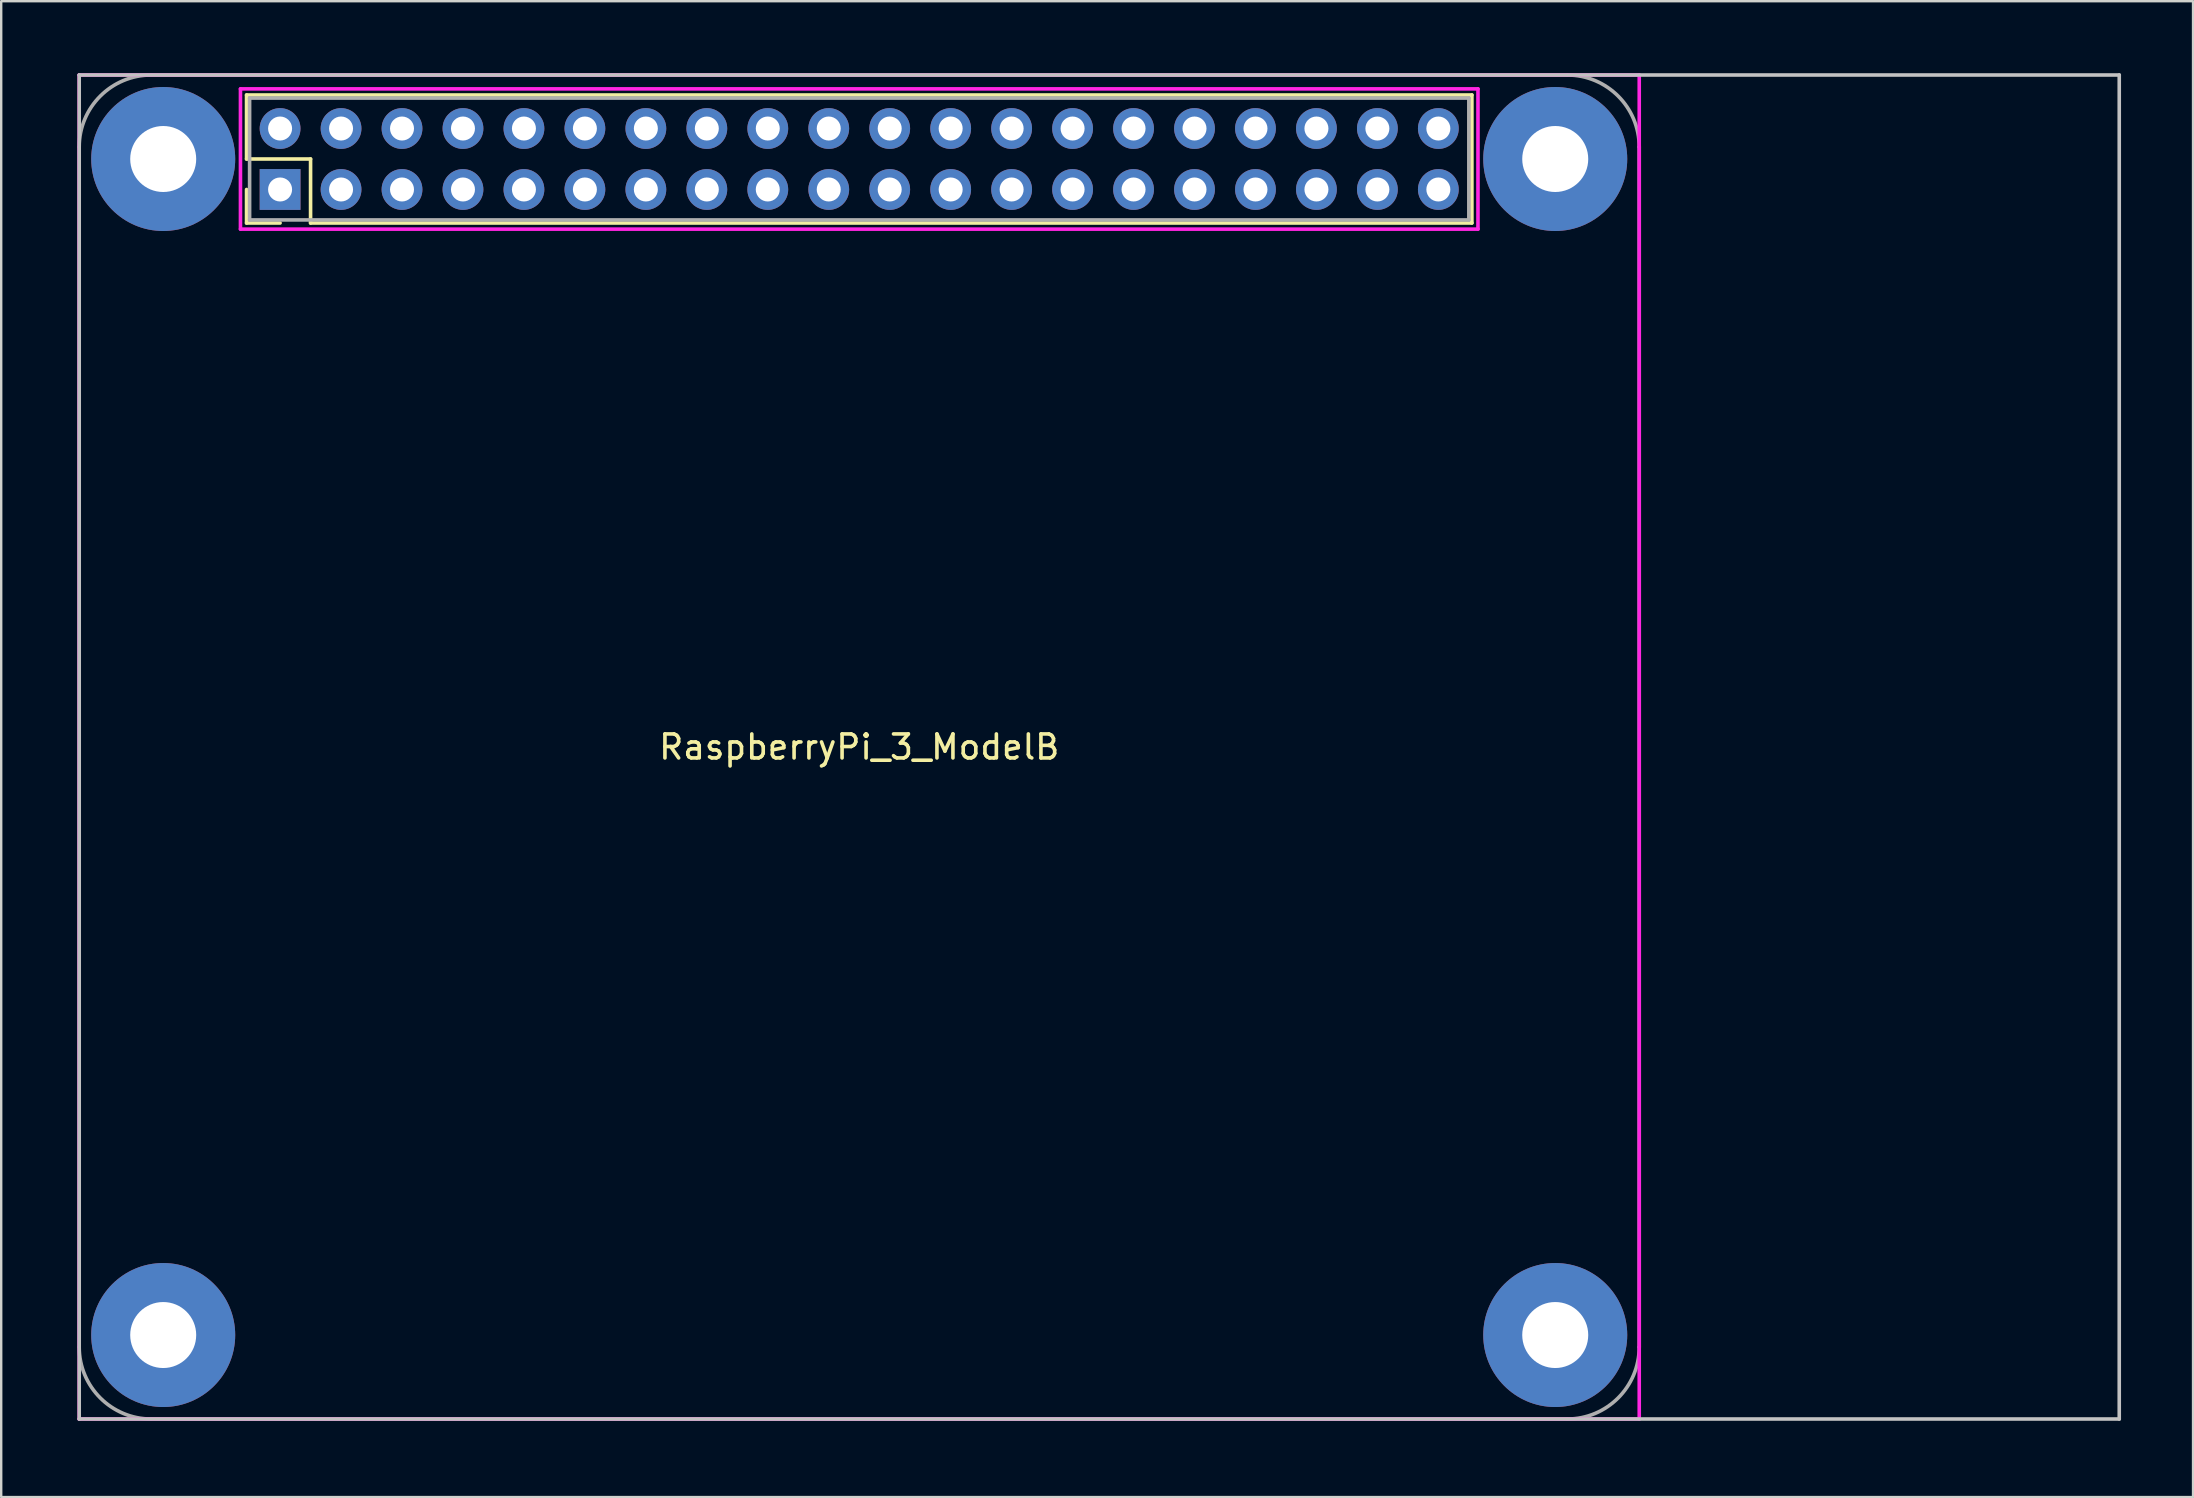
<source format=kicad_pcb>
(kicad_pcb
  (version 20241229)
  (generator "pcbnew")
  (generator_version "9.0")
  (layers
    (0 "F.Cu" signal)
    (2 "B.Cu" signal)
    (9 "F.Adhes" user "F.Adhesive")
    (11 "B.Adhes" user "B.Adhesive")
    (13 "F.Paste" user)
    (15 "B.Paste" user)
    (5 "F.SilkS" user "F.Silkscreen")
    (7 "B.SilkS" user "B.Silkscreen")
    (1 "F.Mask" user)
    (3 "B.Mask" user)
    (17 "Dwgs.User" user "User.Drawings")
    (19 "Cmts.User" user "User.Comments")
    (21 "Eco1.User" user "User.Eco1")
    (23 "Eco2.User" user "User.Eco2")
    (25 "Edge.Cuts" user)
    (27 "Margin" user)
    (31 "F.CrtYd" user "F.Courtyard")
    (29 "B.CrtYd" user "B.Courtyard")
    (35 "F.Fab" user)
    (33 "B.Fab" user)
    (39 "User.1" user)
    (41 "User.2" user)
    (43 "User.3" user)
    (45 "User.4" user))
  (footprint "RaspberryPi_3_ModelB"
    (layer "F.Cu")
    (at 0.25 56.075)
    (property "Reference" "RaspberryPi_3_ModelB" (at 32.5 -28 0) (layer "F.SilkS") (effects (font (size 1 1) (thickness 0.15))))
    (attr through_hole)
    (fp_line (start 6.973 -55.167) (end 58.027 -55.167) (stroke (width 0.15) (type solid)) (layer "F.SilkS"))
    (fp_line (start 6.973 -52.5) (end 6.973 -55.167) (stroke (width 0.15) (type solid)) (layer "F.SilkS"))
    (fp_line (start 6.973 -51.23) (end 6.973 -49.833) (stroke (width 0.15) (type solid)) (layer "F.SilkS"))
    (fp_line (start 6.973 -49.833) (end 8.37 -49.833) (stroke (width 0.15) (type solid)) (layer "F.SilkS"))
    (fp_line (start 9.64 -52.5) (end 6.973 -52.5) (stroke (width 0.15) (type solid)) (layer "F.SilkS"))
    (fp_line (start 9.64 -49.833) (end 9.64 -52.5) (stroke (width 0.15) (type solid)) (layer "F.SilkS"))
    (fp_line (start 58.027 -55.167) (end 58.027 -49.833) (stroke (width 0.15) (type solid)) (layer "F.SilkS"))
    (fp_line (start 58.027 -49.833) (end 9.64 -49.833) (stroke (width 0.15) (type solid)) (layer "F.SilkS"))
    (fp_line (start 0 -56) (end 85 -56) (stroke (width 0.15) (type solid)) (layer "Dwgs.User"))
    (fp_line (start 0 0) (end 0 -56) (stroke (width 0.15) (type solid)) (layer "Dwgs.User"))
    (fp_line (start 85 -56) (end 85 0) (stroke (width 0.15) (type solid)) (layer "Dwgs.User"))
    (fp_line (start 85 0) (end 0 0) (stroke (width 0.15) (type solid)) (layer "Dwgs.User"))
    (fp_line (start 0 -56) (end 65 -56) (stroke (width 0.15) (type solid)) (layer "F.CrtYd"))
    (fp_line (start 0 0) (end 0 -56) (stroke (width 0.15) (type solid)) (layer "F.CrtYd"))
    (fp_line (start 6.719 -55.421) (end 58.281 -55.421) (stroke (width 0.15) (type solid)) (layer "F.CrtYd"))
    (fp_line (start 6.719 -49.579) (end 6.719 -55.421) (stroke (width 0.15) (type solid)) (layer "F.CrtYd"))
    (fp_line (start 58.281 -55.421) (end 58.281 -49.579) (stroke (width 0.15) (type solid)) (layer "F.CrtYd"))
    (fp_line (start 58.281 -49.579) (end 6.719 -49.579) (stroke (width 0.15) (type solid)) (layer "F.CrtYd"))
    (fp_line (start 65 -56) (end 65 0) (stroke (width 0.15) (type solid)) (layer "F.CrtYd"))
    (fp_line (start 65 0) (end 0 0) (stroke (width 0.15) (type solid)) (layer "F.CrtYd"))
    (fp_line (start 0 -3) (end 0 -53) (stroke (width 0.15) (type solid)) (layer "F.Fab"))
    (fp_line (start 3 -56) (end 62 -56) (stroke (width 0.15) (type solid)) (layer "F.Fab"))
    (fp_line (start 7.1 -55.04) (end 57.9 -55.04) (stroke (width 0.15) (type solid)) (layer "F.Fab"))
    (fp_line (start 7.1 -49.96) (end 7.1 -55.04) (stroke (width 0.15) (type solid)) (layer "F.Fab"))
    (fp_line (start 57.9 -55.04) (end 57.9 -49.96) (stroke (width 0.15) (type solid)) (layer "F.Fab"))
    (fp_line (start 57.9 -49.96) (end 7.1 -49.96) (stroke (width 0.15) (type solid)) (layer "F.Fab"))
    (fp_line (start 62 0) (end 3 0) (stroke (width 0.15) (type solid)) (layer "F.Fab"))
    (fp_line (start 65 -53) (end 65 -3) (stroke (width 0.15) (type solid)) (layer "F.Fab"))
    (fp_arc (start 0 -53) (mid 0.87868 -55.12132) (end 3 -56) (stroke (width 0.15) (type solid)) (layer "F.Fab"))
    (fp_arc (start 3 0) (mid 0.87868 -0.87868) (end 0 -3) (stroke (width 0.15) (type solid)) (layer "F.Fab"))
    (fp_arc (start 62 -56) (mid 64.12132 -55.12132) (end 65 -53) (stroke (width 0.15) (type solid)) (layer "F.Fab"))
    (fp_arc (start 65 -3) (mid 64.12132 -0.87868) (end 62 0) (stroke (width 0.15) (type solid)) (layer "F.Fab"))
    (pad "" thru_hole circle (at 3.5 -52.5) (size 6 6) (drill 2.75) (layers "*.Cu" "*.Mask"))
    (pad "" thru_hole circle (at 3.5 -3.5) (size 6 6) (drill 2.75) (layers "*.Cu" "*.Mask"))
    (pad "" thru_hole circle (at 61.5 -52.5) (size 6 6) (drill 2.75) (layers "*.Cu" "*.Mask"))
    (pad "" thru_hole circle (at 61.5 -3.5) (size 6 6) (drill 2.75) (layers "*.Cu" "*.Mask"))
    (pad "1" thru_hole rect (at 8.37 -51.23) (size 1.7 1.7) (drill 1) (layers "*.Cu" "*.Mask"))
    (pad "2" thru_hole circle (at 8.37 -53.77) (size 1.7 1.7) (drill 1) (layers "*.Cu" "*.Mask"))
    (pad "3" thru_hole circle (at 10.91 -51.23) (size 1.7 1.7) (drill 1) (layers "*.Cu" "*.Mask"))
    (pad "4" thru_hole circle (at 10.91 -53.77) (size 1.7 1.7) (drill 1) (layers "*.Cu" "*.Mask"))
    (pad "5" thru_hole circle (at 13.45 -51.23) (size 1.7 1.7) (drill 1) (layers "*.Cu" "*.Mask"))
    (pad "6" thru_hole circle (at 13.45 -53.77) (size 1.7 1.7) (drill 1) (layers "*.Cu" "*.Mask"))
    (pad "7" thru_hole circle (at 15.99 -51.23) (size 1.7 1.7) (drill 1) (layers "*.Cu" "*.Mask"))
    (pad "8" thru_hole circle (at 15.99 -53.77) (size 1.7 1.7) (drill 1) (layers "*.Cu" "*.Mask"))
    (pad "9" thru_hole circle (at 18.53 -51.23) (size 1.7 1.7) (drill 1) (layers "*.Cu" "*.Mask"))
    (pad "10" thru_hole circle (at 18.53 -53.77) (size 1.7 1.7) (drill 1) (layers "*.Cu" "*.Mask"))
    (pad "11" thru_hole circle (at 21.07 -51.23) (size 1.7 1.7) (drill 1) (layers "*.Cu" "*.Mask"))
    (pad "12" thru_hole circle (at 21.07 -53.77) (size 1.7 1.7) (drill 1) (layers "*.Cu" "*.Mask"))
    (pad "13" thru_hole circle (at 23.61 -51.23) (size 1.7 1.7) (drill 1) (layers "*.Cu" "*.Mask"))
    (pad "14" thru_hole circle (at 23.61 -53.77) (size 1.7 1.7) (drill 1) (layers "*.Cu" "*.Mask"))
    (pad "15" thru_hole circle (at 26.15 -51.23) (size 1.7 1.7) (drill 1) (layers "*.Cu" "*.Mask"))
    (pad "16" thru_hole circle (at 26.15 -53.77) (size 1.7 1.7) (drill 1) (layers "*.Cu" "*.Mask"))
    (pad "17" thru_hole circle (at 28.69 -51.23) (size 1.7 1.7) (drill 1) (layers "*.Cu" "*.Mask"))
    (pad "18" thru_hole circle (at 28.69 -53.77) (size 1.7 1.7) (drill 1) (layers "*.Cu" "*.Mask"))
    (pad "19" thru_hole circle (at 31.23 -51.23) (size 1.7 1.7) (drill 1) (layers "*.Cu" "*.Mask"))
    (pad "20" thru_hole circle (at 31.23 -53.77) (size 1.7 1.7) (drill 1) (layers "*.Cu" "*.Mask"))
    (pad "21" thru_hole circle (at 33.77 -51.23) (size 1.7 1.7) (drill 1) (layers "*.Cu" "*.Mask"))
    (pad "22" thru_hole circle (at 33.77 -53.77) (size 1.7 1.7) (drill 1) (layers "*.Cu" "*.Mask"))
    (pad "23" thru_hole circle (at 36.31 -51.23) (size 1.7 1.7) (drill 1) (layers "*.Cu" "*.Mask"))
    (pad "24" thru_hole circle (at 36.31 -53.77) (size 1.7 1.7) (drill 1) (layers "*.Cu" "*.Mask"))
    (pad "25" thru_hole circle (at 38.85 -51.23) (size 1.7 1.7) (drill 1) (layers "*.Cu" "*.Mask"))
    (pad "26" thru_hole circle (at 38.85 -53.77) (size 1.7 1.7) (drill 1) (layers "*.Cu" "*.Mask"))
    (pad "27" thru_hole circle (at 41.39 -51.23) (size 1.7 1.7) (drill 1) (layers "*.Cu" "*.Mask"))
    (pad "28" thru_hole circle (at 41.39 -53.77) (size 1.7 1.7) (drill 1) (layers "*.Cu" "*.Mask"))
    (pad "29" thru_hole circle (at 43.93 -51.23) (size 1.7 1.7) (drill 1) (layers "*.Cu" "*.Mask"))
    (pad "30" thru_hole circle (at 43.93 -53.77) (size 1.7 1.7) (drill 1) (layers "*.Cu" "*.Mask"))
    (pad "31" thru_hole circle (at 46.47 -51.23) (size 1.7 1.7) (drill 1) (layers "*.Cu" "*.Mask"))
    (pad "32" thru_hole circle (at 46.47 -53.77) (size 1.7 1.7) (drill 1) (layers "*.Cu" "*.Mask"))
    (pad "33" thru_hole circle (at 49.01 -51.23) (size 1.7 1.7) (drill 1) (layers "*.Cu" "*.Mask"))
    (pad "34" thru_hole circle (at 49.01 -53.77) (size 1.7 1.7) (drill 1) (layers "*.Cu" "*.Mask"))
    (pad "35" thru_hole circle (at 51.55 -51.23) (size 1.7 1.7) (drill 1) (layers "*.Cu" "*.Mask"))
    (pad "36" thru_hole circle (at 51.55 -53.77) (size 1.7 1.7) (drill 1) (layers "*.Cu" "*.Mask"))
    (pad "37" thru_hole circle (at 54.09 -51.23) (size 1.7 1.7) (drill 1) (layers "*.Cu" "*.Mask"))
    (pad "38" thru_hole circle (at 54.09 -53.77) (size 1.7 1.7) (drill 1) (layers "*.Cu" "*.Mask"))
    (pad "39" thru_hole circle (at 56.63 -51.23) (size 1.7 1.7) (drill 1) (layers "*.Cu" "*.Mask"))
    (pad "40" thru_hole circle (at 56.63 -53.77) (size 1.7 1.7) (drill 1) (layers "*.Cu" "*.Mask")))
  (gr_rect
    (start -3 -3)
    (end 88.325 59.325)
    (stroke (width 0.1) (type default))
    (fill no)
    (layer "Edge.Cuts")))
</source>
